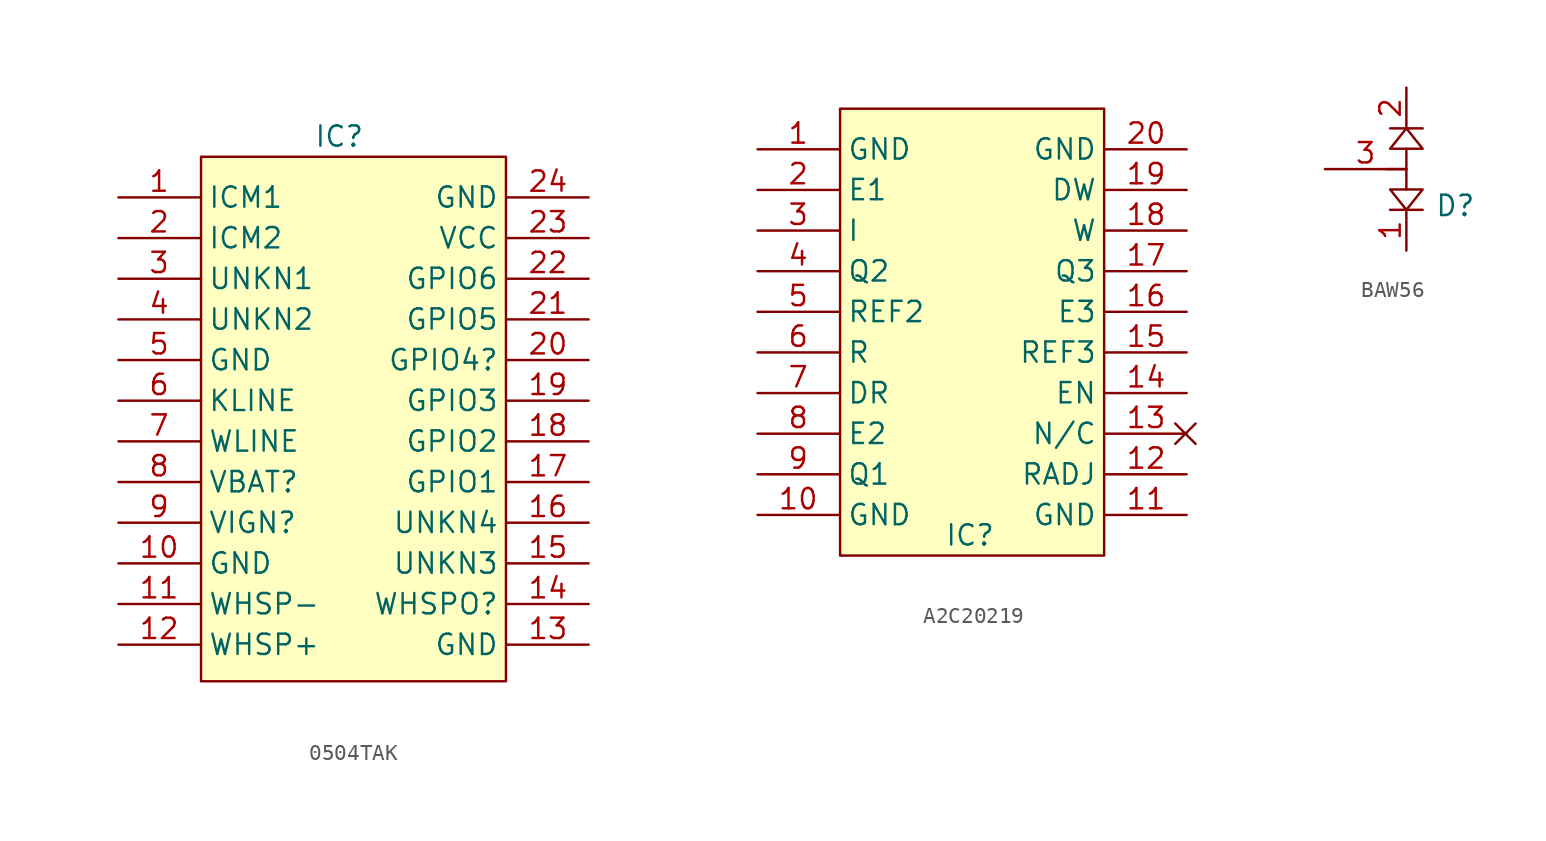
<source format=kicad_sym>
(kicad_symbol_lib
  (version 20241209)
  (generator "kicad_symbol_editor")
  (generator_version "9.0")
  (symbol "0504TAK"
    (property "Reference" "IC"
      (at -0.254 17.78 0)
      (effects (font (size 1.27 1.27))))
    (property "Value" ""
      (at 0 0 0)
      (effects (font (size 1.27 1.27))))
    (symbol "0504TAK_1_1"
      (rectangle (start -8.89 16.51) (end 10.16 -16.256) (stroke (width 0) (type solid)) (fill (type color) (color 255 255 194 1)))
      (pin bidirectional line (at -14.05 13.97 0) (length 5.08) (name "ICM1" (effects (font (size 1.27 1.27)))) (number "1" (effects (font (size 1.27 1.27)))))
      (pin bidirectional line (at -14.05 11.43 0) (length 5.08) (name "ICM2" (effects (font (size 1.27 1.27)))) (number "2" (effects (font (size 1.27 1.27)))))
      (pin bidirectional line (at -14.05 8.89 0) (length 5.08) (name "UNKN1" (effects (font (size 1.27 1.27)))) (number "3" (effects (font (size 1.27 1.27)))))
      (pin bidirectional line (at -14.05 6.35 0) (length 5.08) (name "UNKN2" (effects (font (size 1.27 1.27)))) (number "4" (effects (font (size 1.27 1.27)))))
      (pin bidirectional line (at -14.05 3.81 0) (length 5.08) (name "GND" (effects (font (size 1.27 1.27)))) (number "5" (effects (font (size 1.27 1.27)))))
      (pin bidirectional line (at -14.05 1.27 0) (length 5.08) (name "KLINE" (effects (font (size 1.27 1.27)))) (number "6" (effects (font (size 1.27 1.27)))))
      (pin bidirectional line (at -14.05 -1.27 0) (length 5.08) (name "WLINE" (effects (font (size 1.27 1.27)))) (number "7" (effects (font (size 1.27 1.27)))))
      (pin bidirectional line (at -14.05 -3.81 0) (length 5.08) (name "VBAT?" (effects (font (size 1.27 1.27)))) (number "8" (effects (font (size 1.27 1.27)))))
      (pin bidirectional line (at -14.05 -6.35 0) (length 5.08) (name "VIGN?" (effects (font (size 1.27 1.27)))) (number "9" (effects (font (size 1.27 1.27)))))
      (pin bidirectional line (at -14.05 -8.89 0) (length 5.08) (name "GND" (effects (font (size 1.27 1.27)))) (number "10" (effects (font (size 1.27 1.27)))))
      (pin bidirectional line (at -14.05 -11.43 0) (length 5.08) (name "WHSP-" (effects (font (size 1.27 1.27)))) (number "11" (effects (font (size 1.27 1.27)))))
      (pin bidirectional line (at -14.05 -13.97 0) (length 5.08) (name "WHSP+" (effects (font (size 1.27 1.27)))) (number "12" (effects (font (size 1.27 1.27)))))
      (pin bidirectional line (at 15.32 13.97 180) (length 5.08) (name "GND" (effects (font (size 1.27 1.27)))) (number "24" (effects (font (size 1.27 1.27)))))
      (pin bidirectional line (at 15.32 11.43 180) (length 5.08) (name "VCC" (effects (font (size 1.27 1.27)))) (number "23" (effects (font (size 1.27 1.27)))))
      (pin bidirectional line (at 15.32 8.89 180) (length 5.08) (name "GPIO6" (effects (font (size 1.27 1.27)))) (number "22" (effects (font (size 1.27 1.27)))))
      (pin bidirectional line (at 15.32 6.35 180) (length 5.08) (name "GPIO5" (effects (font (size 1.27 1.27)))) (number "21" (effects (font (size 1.27 1.27)))))
      (pin bidirectional line (at 15.32 3.81 180) (length 5.08) (name "GPIO4?" (effects (font (size 1.27 1.27)))) (number "20" (effects (font (size 1.27 1.27)))))
      (pin bidirectional line (at 15.32 1.27 180) (length 5.08) (name "GPIO3" (effects (font (size 1.27 1.27)))) (number "19" (effects (font (size 1.27 1.27)))))
      (pin bidirectional line (at 15.32 -1.27 180) (length 5.08) (name "GPIO2" (effects (font (size 1.27 1.27)))) (number "18" (effects (font (size 1.27 1.27)))))
      (pin bidirectional line (at 15.32 -3.81 180) (length 5.08) (name "GPIO1" (effects (font (size 1.27 1.27)))) (number "17" (effects (font (size 1.27 1.27)))))
      (pin bidirectional line (at 15.32 -6.35 180) (length 5.08) (name "UNKN4" (effects (font (size 1.27 1.27)))) (number "16" (effects (font (size 1.27 1.27)))))
      (pin bidirectional line (at 15.32 -8.89 180) (length 5.08) (name "UNKN3" (effects (font (size 1.27 1.27)))) (number "15" (effects (font (size 1.27 1.27)))))
      (pin bidirectional line (at 15.32 -11.43 180) (length 5.08) (name "WHSPO?" (effects (font (size 1.27 1.27)))) (number "14" (effects (font (size 1.27 1.27)))))
      (pin bidirectional line (at 15.32 -13.97 180) (length 5.08) (name "GND" (effects (font (size 1.27 1.27)))) (number "13" (effects (font (size 1.27 1.27)))))))
  (symbol "A2C20219"
    (property "Reference" "IC"
      (at 0.508 -13.97 0)
      (effects (font (size 1.27 1.27))))
    (property "Value" ""
      (at 0 0 0)
      (effects (font (size 1.27 1.27))))
    (symbol "A2C20219_0_1"
      (polyline (pts (xy 13.335 -6.985) (xy 14.605 -8.255)) (stroke (width 0) (type default)) (fill (type none)))
      (polyline (pts (xy 13.335 -8.255) (xy 14.605 -6.985)) (stroke (width 0) (type default)) (fill (type none))))
    (symbol "A2C20219_1_1"
      (rectangle (start -7.62 12.7) (end 8.89 -15.24) (stroke (width 0) (type solid)) (fill (type color) (color 255 255 194 1)))
      (pin bidirectional line (at -12.78 10.16 0) (length 5.08) (name "GND" (effects (font (size 1.27 1.27)))) (number "1" (effects (font (size 1.27 1.27)))))
      (pin bidirectional line (at -12.78 7.62 0) (length 5.08) (name "E1" (effects (font (size 1.27 1.27)))) (number "2" (effects (font (size 1.27 1.27)))))
      (pin bidirectional line (at -12.78 5.08 0) (length 5.08) (name "I" (effects (font (size 1.27 1.27)))) (number "3" (effects (font (size 1.27 1.27)))))
      (pin bidirectional line (at -12.78 2.54 0) (length 5.08) (name "Q2" (effects (font (size 1.27 1.27)))) (number "4" (effects (font (size 1.27 1.27)))))
      (pin bidirectional line (at -12.78 0 0) (length 5.08) (name "REF2" (effects (font (size 1.27 1.27)))) (number "5" (effects (font (size 1.27 1.27)))))
      (pin bidirectional line (at -12.78 -2.54 0) (length 5.08) (name "R" (effects (font (size 1.27 1.27)))) (number "6" (effects (font (size 1.27 1.27)))))
      (pin bidirectional line (at -12.78 -5.08 0) (length 5.08) (name "DR" (effects (font (size 1.27 1.27)))) (number "7" (effects (font (size 1.27 1.27)))))
      (pin bidirectional line (at -12.78 -7.62 0) (length 5.08) (name "E2" (effects (font (size 1.27 1.27)))) (number "8" (effects (font (size 1.27 1.27)))))
      (pin bidirectional line (at -12.78 -10.16 0) (length 5.08) (name "Q1" (effects (font (size 1.27 1.27)))) (number "9" (effects (font (size 1.27 1.27)))))
      (pin bidirectional line (at -12.78 -12.7 0) (length 5.08) (name "GND" (effects (font (size 1.27 1.27)))) (number "10" (effects (font (size 1.27 1.27)))))
      (pin bidirectional line (at 14.05 10.16 180) (length 5.08) (name "GND" (effects (font (size 1.27 1.27)))) (number "20" (effects (font (size 1.27 1.27)))))
      (pin bidirectional line (at 14.05 7.62 180) (length 5.08) (name "DW" (effects (font (size 1.27 1.27)))) (number "19" (effects (font (size 1.27 1.27)))))
      (pin bidirectional line (at 14.05 5.08 180) (length 5.08) (name "W" (effects (font (size 1.27 1.27)))) (number "18" (effects (font (size 1.27 1.27)))))
      (pin bidirectional line (at 14.05 2.54 180) (length 5.08) (name "Q3" (effects (font (size 1.27 1.27)))) (number "17" (effects (font (size 1.27 1.27)))))
      (pin bidirectional line (at 14.05 0 180) (length 5.08) (name "E3" (effects (font (size 1.27 1.27)))) (number "16" (effects (font (size 1.27 1.27)))))
      (pin bidirectional line (at 14.05 -2.54 180) (length 5.08) (name "REF3" (effects (font (size 1.27 1.27)))) (number "15" (effects (font (size 1.27 1.27)))))
      (pin bidirectional line (at 14.05 -5.08 180) (length 5.08) (name "EN" (effects (font (size 1.27 1.27)))) (number "14" (effects (font (size 1.27 1.27)))))
      (pin bidirectional line (at 14.05 -7.62 180) (length 5.08) (name "N/C" (effects (font (size 1.27 1.27)))) (number "13" (effects (font (size 1.27 1.27)))))
      (pin bidirectional line (at 14.05 -10.16 180) (length 5.08) (name "RADJ" (effects (font (size 1.27 1.27)))) (number "12" (effects (font (size 1.27 1.27)))))
      (pin bidirectional line (at 14.05 -12.7 180) (length 5.08) (name "GND" (effects (font (size 1.27 1.27)))) (number "11" (effects (font (size 1.27 1.27)))))))
  (symbol "BAW56"
    (property "Reference" "D"
      (at 4.318 -2.286 0)
      (effects (font (size 1.27 1.27))))
    (property "Value" ""
      (at 0 0 0)
      (effects (font (size 1.27 1.27))))
    (symbol "BAW56_0_1"
      (polyline (pts (xy 0 0) (xy 1.27 0)) (stroke (width 0) (type default)) (fill (type none)))
      (polyline (pts (xy 0.254 2.54) (xy 2.286 2.54)) (stroke (width 0) (type default)) (fill (type none)))
      (polyline (pts (xy 0.254 1.27) (xy 1.27 2.54) (xy 2.286 1.27) (xy 0.254 1.27)) (stroke (width 0) (type default)) (fill (type none)))
      (polyline (pts (xy 1.27 -1.27) (xy 1.27 1.27)) (stroke (width 0) (type default)) (fill (type none)))
      (polyline (pts (xy 2.286 -1.27) (xy 1.27 -2.54) (xy 0.254 -1.27) (xy 2.286 -1.27)) (stroke (width 0) (type default)) (fill (type none)))
      (polyline (pts (xy 2.286 -2.54) (xy 0.254 -2.54)) (stroke (width 0) (type default)) (fill (type none))))
    (symbol "BAW56_1_1"
      (pin bidirectional line (at -3.81 0 0) (length 5.08) (name "" (effects (font (size 1.27 1.27)))) (number "3" (effects (font (size 1.27 1.27)))))
      (pin bidirectional line (at 1.27 5.08 270) (length 2.54) (name "" (effects (font (size 1.27 1.27)))) (number "2" (effects (font (size 1.27 1.27)))))
      (pin bidirectional line (at 1.27 -5.08 90) (length 2.54) (name "" (effects (font (size 1.27 1.27)))) (number "1" (effects (font (size 1.27 1.27))))))))
</source>
